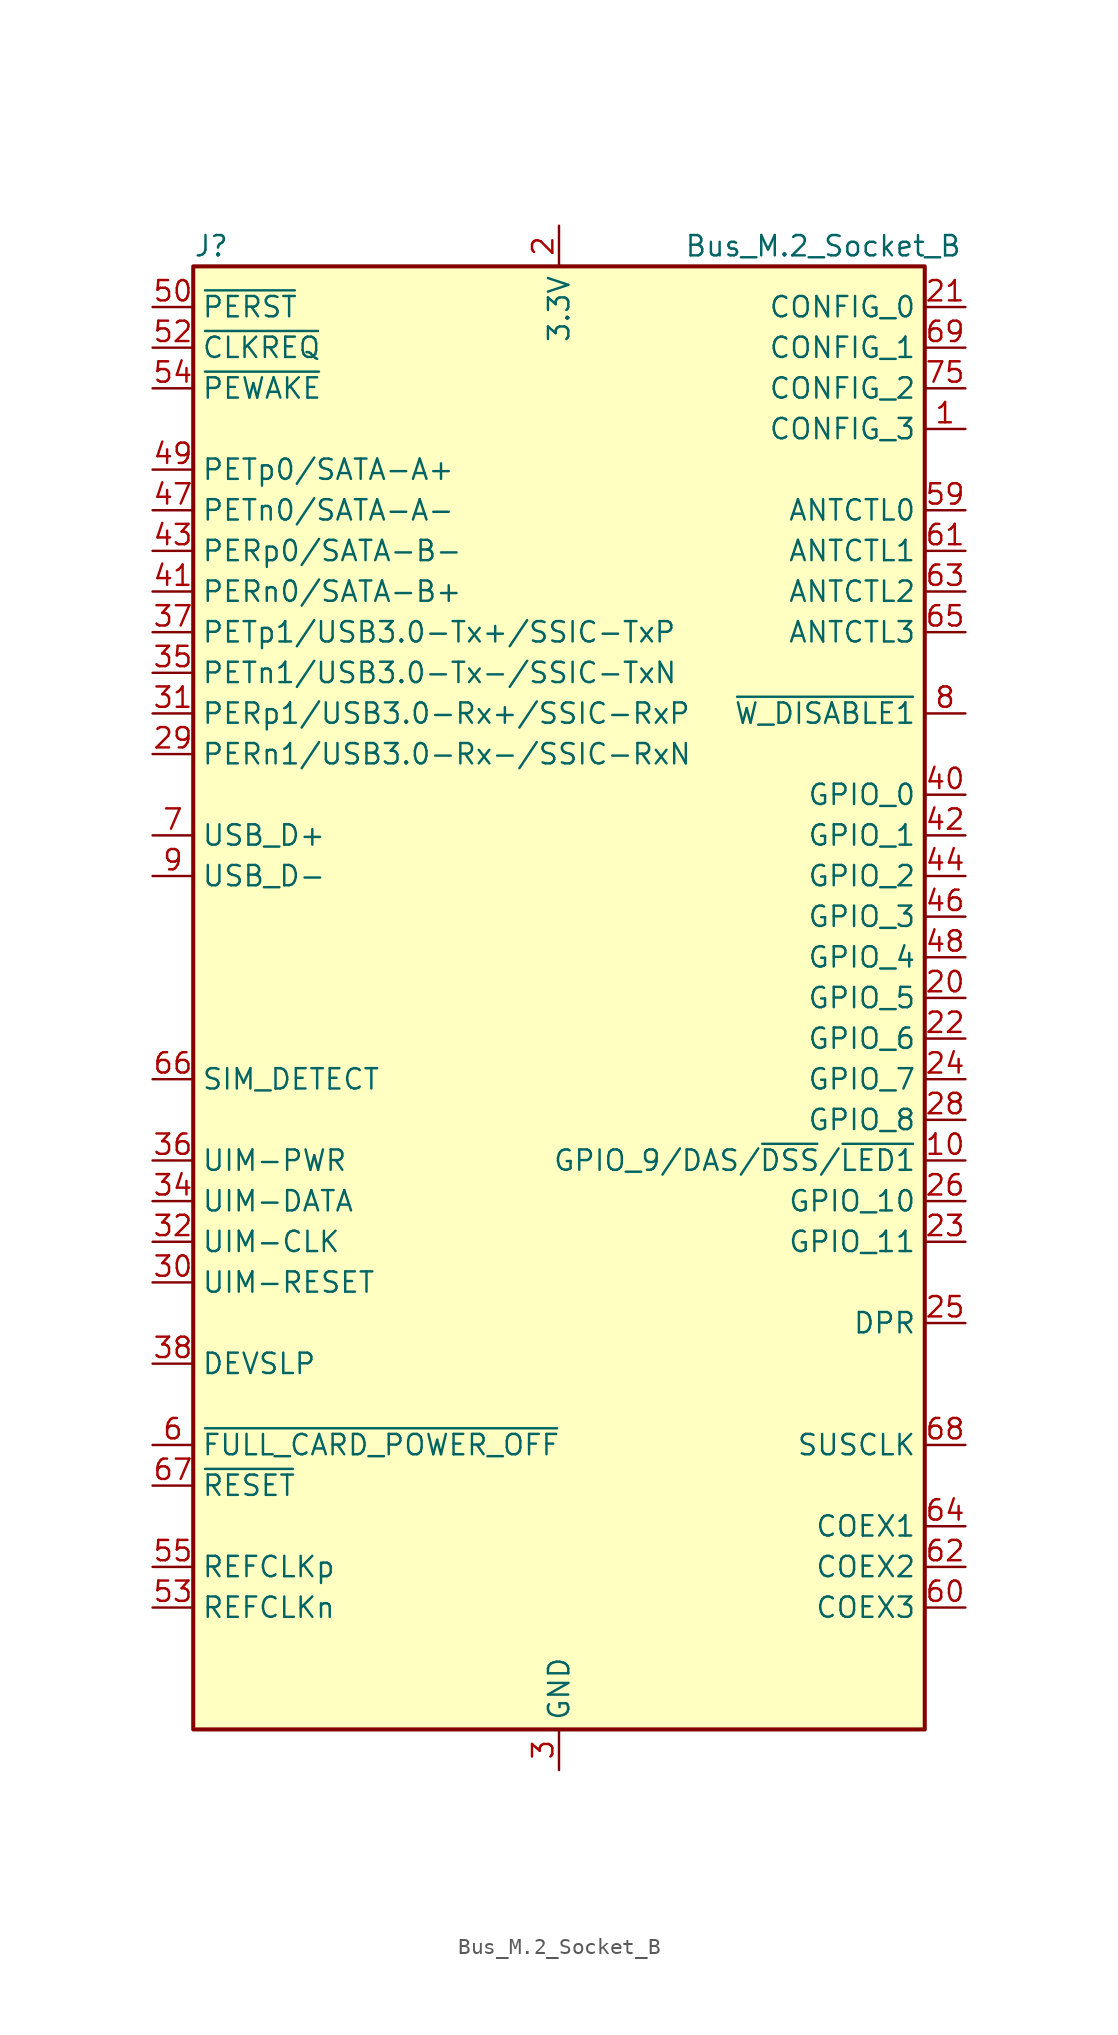
<source format=kicad_sym>
(kicad_symbol_lib
  (version 20211014)
  (generator kicad_symbol_editor)
  (symbol "Bus_M.2_Socket_B"
    (property "Reference" "J"
      (at -22.86 46.99 0)
      (effects (font (size 1.27 1.27)) (justify left)))
    (property "Value" "Bus_M.2_Socket_B"
      (at 16.51 46.99 0)
      (effects (font (size 1.27 1.27))))
    (symbol "Bus_M.2_Socket_B_0_1"
      (rectangle (start -22.86 45.72) (end 22.86 -45.72) (stroke (width 0.254) (type default) (color 0 0 0 0)) (fill (type background))))
    (symbol "Bus_M.2_Socket_B_1_1"
      (pin input line (at 25.4 35.56 180) (length 2.54) (name "CONFIG_3" (effects (font (size 1.27 1.27)))) (number "1" (effects (font (size 1.27 1.27)))))
      (pin bidirectional line (at 25.4 -10.16 180) (length 2.54) (name "GPIO_9/DAS/~{DSS}/~{LED1}" (effects (font (size 1.27 1.27)))) (number "10" (effects (font (size 1.27 1.27)))))
      (pin passive line (at 0 -48.26 90) (length 2.54) hide (name "GND" (effects (font (size 1.27 1.27)))) (number "11" (effects (font (size 1.27 1.27)))))
      (pin power_in line (at 0 48.26 270) (length 2.54) (name "3.3V" (effects (font (size 1.27 1.27)))) (number "2" (effects (font (size 1.27 1.27)))))
      (pin bidirectional line (at 25.4 0 180) (length 2.54) (name "GPIO_5" (effects (font (size 1.27 1.27)))) (number "20" (effects (font (size 1.27 1.27)))))
      (pin input line (at 25.4 43.18 180) (length 2.54) (name "CONFIG_0" (effects (font (size 1.27 1.27)))) (number "21" (effects (font (size 1.27 1.27)))))
      (pin bidirectional line (at 25.4 -2.54 180) (length 2.54) (name "GPIO_6" (effects (font (size 1.27 1.27)))) (number "22" (effects (font (size 1.27 1.27)))))
      (pin bidirectional line (at 25.4 -15.24 180) (length 2.54) (name "GPIO_11" (effects (font (size 1.27 1.27)))) (number "23" (effects (font (size 1.27 1.27)))))
      (pin bidirectional line (at 25.4 -5.08 180) (length 2.54) (name "GPIO_7" (effects (font (size 1.27 1.27)))) (number "24" (effects (font (size 1.27 1.27)))))
      (pin output line (at 25.4 -20.32 180) (length 2.54) (name "DPR" (effects (font (size 1.27 1.27)))) (number "25" (effects (font (size 1.27 1.27)))))
      (pin bidirectional line (at 25.4 -12.7 180) (length 2.54) (name "GPIO_10" (effects (font (size 1.27 1.27)))) (number "26" (effects (font (size 1.27 1.27)))))
      (pin passive line (at 0 -48.26 90) (length 2.54) hide (name "GND" (effects (font (size 1.27 1.27)))) (number "27" (effects (font (size 1.27 1.27)))))
      (pin bidirectional line (at 25.4 -7.62 180) (length 2.54) (name "GPIO_8" (effects (font (size 1.27 1.27)))) (number "28" (effects (font (size 1.27 1.27)))))
      (pin input line (at -25.4 15.24 0) (length 2.54) (name "PERn1/USB3.0-Rx-/SSIC-RxN" (effects (font (size 1.27 1.27)))) (number "29" (effects (font (size 1.27 1.27)))))
      (pin power_in line (at 0 -48.26 90) (length 2.54) (name "GND" (effects (font (size 1.27 1.27)))) (number "3" (effects (font (size 1.27 1.27)))))
      (pin input line (at -25.4 -17.78 0) (length 2.54) (name "UIM-RESET" (effects (font (size 1.27 1.27)))) (number "30" (effects (font (size 1.27 1.27)))))
      (pin input line (at -25.4 17.78 0) (length 2.54) (name "PERp1/USB3.0-Rx+/SSIC-RxP" (effects (font (size 1.27 1.27)))) (number "31" (effects (font (size 1.27 1.27)))))
      (pin input line (at -25.4 -15.24 0) (length 2.54) (name "UIM-CLK" (effects (font (size 1.27 1.27)))) (number "32" (effects (font (size 1.27 1.27)))))
      (pin passive line (at 0 -48.26 90) (length 2.54) hide (name "GND" (effects (font (size 1.27 1.27)))) (number "33" (effects (font (size 1.27 1.27)))))
      (pin bidirectional line (at -25.4 -12.7 0) (length 2.54) (name "UIM-DATA" (effects (font (size 1.27 1.27)))) (number "34" (effects (font (size 1.27 1.27)))))
      (pin output line (at -25.4 20.32 0) (length 2.54) (name "PETn1/USB3.0-Tx-/SSIC-TxN" (effects (font (size 1.27 1.27)))) (number "35" (effects (font (size 1.27 1.27)))))
      (pin input line (at -25.4 -10.16 0) (length 2.54) (name "UIM-PWR" (effects (font (size 1.27 1.27)))) (number "36" (effects (font (size 1.27 1.27)))))
      (pin output line (at -25.4 22.86 0) (length 2.54) (name "PETp1/USB3.0-Tx+/SSIC-TxP" (effects (font (size 1.27 1.27)))) (number "37" (effects (font (size 1.27 1.27)))))
      (pin output line (at -25.4 -22.86 0) (length 2.54) (name "DEVSLP" (effects (font (size 1.27 1.27)))) (number "38" (effects (font (size 1.27 1.27)))))
      (pin passive line (at 0 -48.26 90) (length 2.54) hide (name "GND" (effects (font (size 1.27 1.27)))) (number "39" (effects (font (size 1.27 1.27)))))
      (pin passive line (at 0 48.26 270) (length 2.54) hide (name "3.3V" (effects (font (size 1.27 1.27)))) (number "4" (effects (font (size 1.27 1.27)))))
      (pin bidirectional line (at 25.4 12.7 180) (length 2.54) (name "GPIO_0" (effects (font (size 1.27 1.27)))) (number "40" (effects (font (size 1.27 1.27)))))
      (pin input line (at -25.4 25.4 0) (length 2.54) (name "PERn0/SATA-B+" (effects (font (size 1.27 1.27)))) (number "41" (effects (font (size 1.27 1.27)))))
      (pin bidirectional line (at 25.4 10.16 180) (length 2.54) (name "GPIO_1" (effects (font (size 1.27 1.27)))) (number "42" (effects (font (size 1.27 1.27)))))
      (pin input line (at -25.4 27.94 0) (length 2.54) (name "PERp0/SATA-B-" (effects (font (size 1.27 1.27)))) (number "43" (effects (font (size 1.27 1.27)))))
      (pin bidirectional line (at 25.4 7.62 180) (length 2.54) (name "GPIO_2" (effects (font (size 1.27 1.27)))) (number "44" (effects (font (size 1.27 1.27)))))
      (pin passive line (at 0 -48.26 90) (length 2.54) hide (name "GND" (effects (font (size 1.27 1.27)))) (number "45" (effects (font (size 1.27 1.27)))))
      (pin bidirectional line (at 25.4 5.08 180) (length 2.54) (name "GPIO_3" (effects (font (size 1.27 1.27)))) (number "46" (effects (font (size 1.27 1.27)))))
      (pin output line (at -25.4 30.48 0) (length 2.54) (name "PETn0/SATA-A-" (effects (font (size 1.27 1.27)))) (number "47" (effects (font (size 1.27 1.27)))))
      (pin bidirectional line (at 25.4 2.54 180) (length 2.54) (name "GPIO_4" (effects (font (size 1.27 1.27)))) (number "48" (effects (font (size 1.27 1.27)))))
      (pin output line (at -25.4 33.02 0) (length 2.54) (name "PETp0/SATA-A+" (effects (font (size 1.27 1.27)))) (number "49" (effects (font (size 1.27 1.27)))))
      (pin passive line (at 0 -48.26 90) (length 2.54) hide (name "GND" (effects (font (size 1.27 1.27)))) (number "5" (effects (font (size 1.27 1.27)))))
      (pin output line (at -25.4 43.18 0) (length 2.54) (name "~{PERST}" (effects (font (size 1.27 1.27)))) (number "50" (effects (font (size 1.27 1.27)))))
      (pin passive line (at 0 -48.26 90) (length 2.54) hide (name "GND" (effects (font (size 1.27 1.27)))) (number "51" (effects (font (size 1.27 1.27)))))
      (pin bidirectional line (at -25.4 40.64 0) (length 2.54) (name "~{CLKREQ}" (effects (font (size 1.27 1.27)))) (number "52" (effects (font (size 1.27 1.27)))))
      (pin output line (at -25.4 -38.1 0) (length 2.54) (name "REFCLKn" (effects (font (size 1.27 1.27)))) (number "53" (effects (font (size 1.27 1.27)))))
      (pin bidirectional line (at -25.4 38.1 0) (length 2.54) (name "~{PEWAKE}" (effects (font (size 1.27 1.27)))) (number "54" (effects (font (size 1.27 1.27)))))
      (pin output line (at -25.4 -35.56 0) (length 2.54) (name "REFCLKp" (effects (font (size 1.27 1.27)))) (number "55" (effects (font (size 1.27 1.27)))))
      (pin no_connect line (at 22.86 -43.18 180) (length 2.54) hide (name "NC" (effects (font (size 1.27 1.27)))) (number "56" (effects (font (size 1.27 1.27)))))
      (pin passive line (at 0 -48.26 90) (length 2.54) hide (name "GND" (effects (font (size 1.27 1.27)))) (number "57" (effects (font (size 1.27 1.27)))))
      (pin no_connect line (at 22.86 -40.64 180) (length 2.54) hide (name "NC" (effects (font (size 1.27 1.27)))) (number "58" (effects (font (size 1.27 1.27)))))
      (pin input line (at 25.4 30.48 180) (length 2.54) (name "ANTCTL0" (effects (font (size 1.27 1.27)))) (number "59" (effects (font (size 1.27 1.27)))))
      (pin output line (at -25.4 -27.94 0) (length 2.54) (name "~{FULL_CARD_POWER_OFF}" (effects (font (size 1.27 1.27)))) (number "6" (effects (font (size 1.27 1.27)))))
      (pin bidirectional line (at 25.4 -38.1 180) (length 2.54) (name "COEX3" (effects (font (size 1.27 1.27)))) (number "60" (effects (font (size 1.27 1.27)))))
      (pin input line (at 25.4 27.94 180) (length 2.54) (name "ANTCTL1" (effects (font (size 1.27 1.27)))) (number "61" (effects (font (size 1.27 1.27)))))
      (pin bidirectional line (at 25.4 -35.56 180) (length 2.54) (name "COEX2" (effects (font (size 1.27 1.27)))) (number "62" (effects (font (size 1.27 1.27)))))
      (pin input line (at 25.4 25.4 180) (length 2.54) (name "ANTCTL2" (effects (font (size 1.27 1.27)))) (number "63" (effects (font (size 1.27 1.27)))))
      (pin bidirectional line (at 25.4 -33.02 180) (length 2.54) (name "COEX1" (effects (font (size 1.27 1.27)))) (number "64" (effects (font (size 1.27 1.27)))))
      (pin input line (at 25.4 22.86 180) (length 2.54) (name "ANTCTL3" (effects (font (size 1.27 1.27)))) (number "65" (effects (font (size 1.27 1.27)))))
      (pin output line (at -25.4 -5.08 0) (length 2.54) (name "SIM_DETECT" (effects (font (size 1.27 1.27)))) (number "66" (effects (font (size 1.27 1.27)))))
      (pin output line (at -25.4 -30.48 0) (length 2.54) (name "~{RESET}" (effects (font (size 1.27 1.27)))) (number "67" (effects (font (size 1.27 1.27)))))
      (pin output line (at 25.4 -27.94 180) (length 2.54) (name "SUSCLK" (effects (font (size 1.27 1.27)))) (number "68" (effects (font (size 1.27 1.27)))))
      (pin input line (at 25.4 40.64 180) (length 2.54) (name "CONFIG_1" (effects (font (size 1.27 1.27)))) (number "69" (effects (font (size 1.27 1.27)))))
      (pin bidirectional line (at -25.4 10.16 0) (length 2.54) (name "USB_D+" (effects (font (size 1.27 1.27)))) (number "7" (effects (font (size 1.27 1.27)))))
      (pin passive line (at 0 48.26 270) (length 2.54) hide (name "3.3V" (effects (font (size 1.27 1.27)))) (number "70" (effects (font (size 1.27 1.27)))))
      (pin passive line (at 0 -48.26 90) (length 2.54) hide (name "GND" (effects (font (size 1.27 1.27)))) (number "71" (effects (font (size 1.27 1.27)))))
      (pin passive line (at 0 48.26 270) (length 2.54) hide (name "3.3V" (effects (font (size 1.27 1.27)))) (number "72" (effects (font (size 1.27 1.27)))))
      (pin passive line (at 0 -48.26 90) (length 2.54) hide (name "GND" (effects (font (size 1.27 1.27)))) (number "73" (effects (font (size 1.27 1.27)))))
      (pin passive line (at 0 48.26 270) (length 2.54) hide (name "3.3V" (effects (font (size 1.27 1.27)))) (number "74" (effects (font (size 1.27 1.27)))))
      (pin input line (at 25.4 38.1 180) (length 2.54) (name "CONFIG_2" (effects (font (size 1.27 1.27)))) (number "75" (effects (font (size 1.27 1.27)))))
      (pin output line (at 25.4 17.78 180) (length 2.54) (name "~{W_DISABLE1}" (effects (font (size 1.27 1.27)))) (number "8" (effects (font (size 1.27 1.27)))))
      (pin bidirectional line (at -25.4 7.62 0) (length 2.54) (name "USB_D-" (effects (font (size 1.27 1.27)))) (number "9" (effects (font (size 1.27 1.27))))))))
</source>
